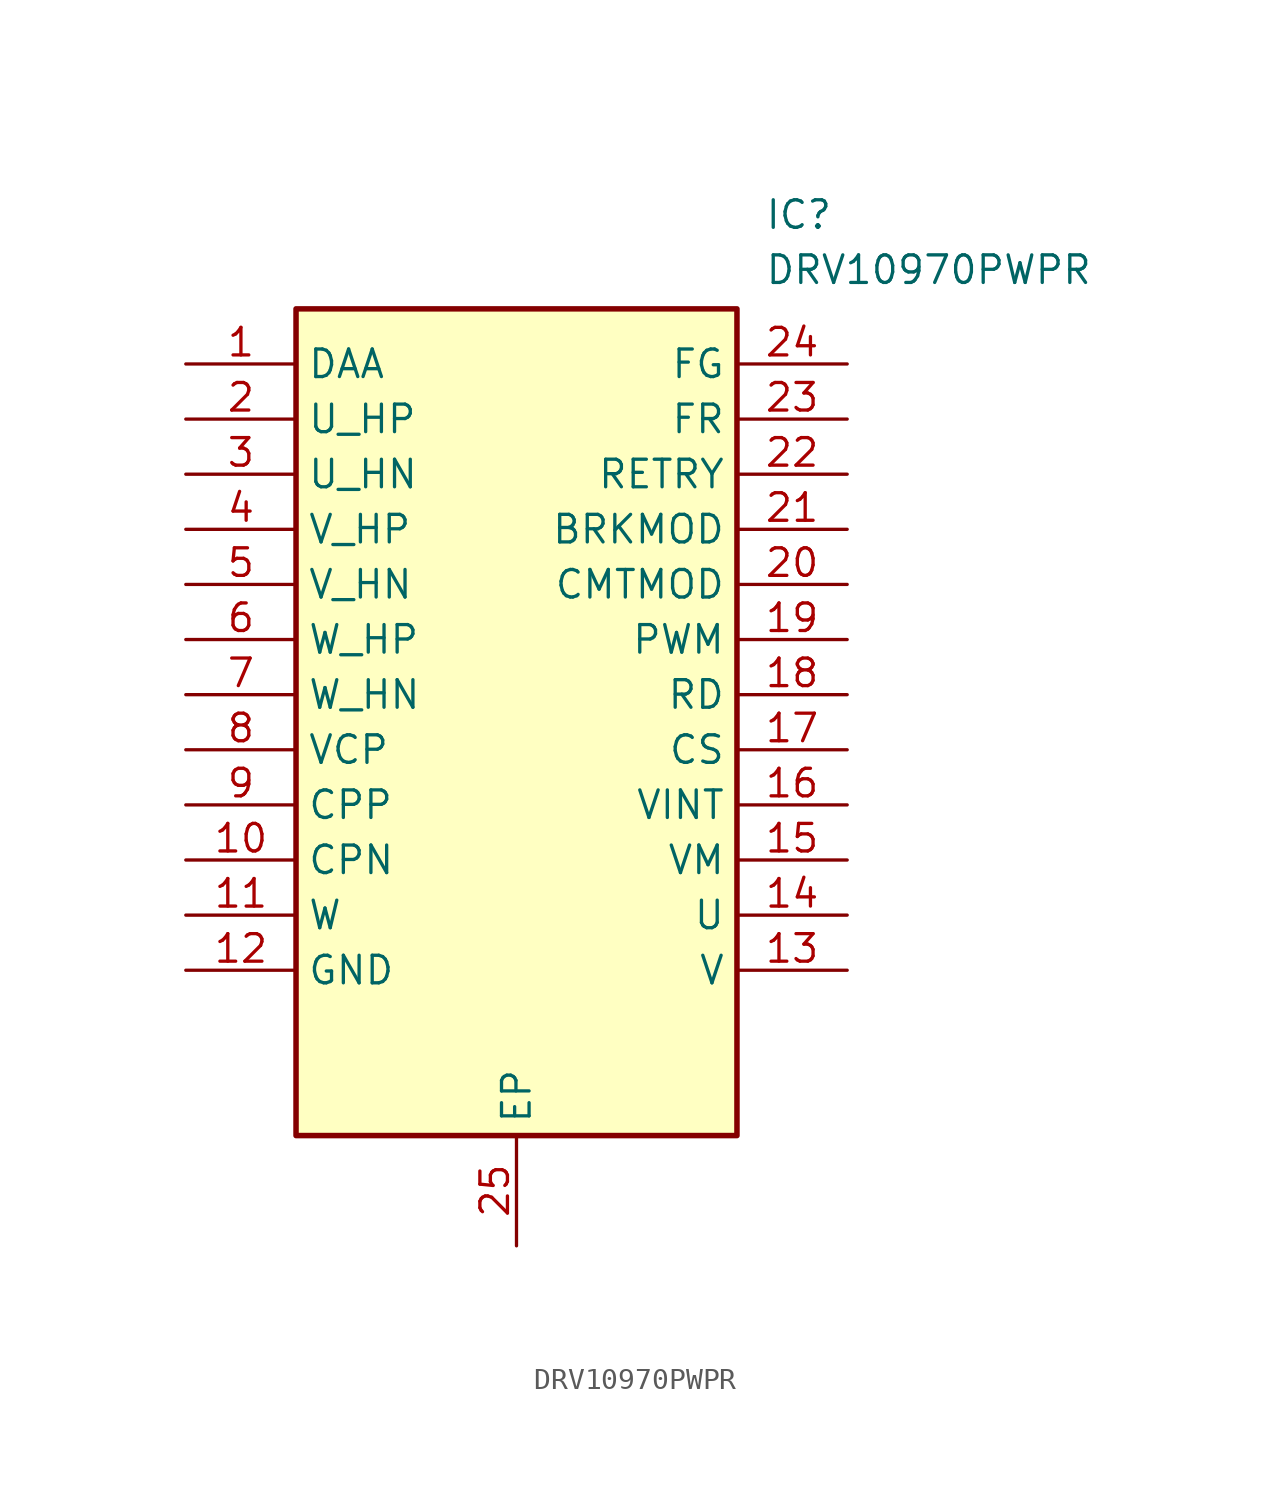
<source format=kicad_sym>
(kicad_symbol_lib
  (version 20211014)
  (generator SamacSys_ECAD_Model)
  (symbol "DRV10970PWPR"
    (property "Reference" "IC"
      (at 26.67 7.62 0)
      (effects (font (size 1.27 1.27)) (justify left top)))
    (property "Value" "DRV10970PWPR"
      (at 26.67 5.08 0)
      (effects (font (size 1.27 1.27)) (justify left top)))
    (rectangle
      (start 5.08 2.54)
      (end 25.4 -35.56)
      (stroke (width 0.254) (type default))
      (fill (type background)))
    (pin passive line
      (at 0 0 0)
      (length 5.08)
      (name "DAA" (effects (font (size 1.27 1.27))))
      (number "1" (effects (font (size 1.27 1.27)))))
    (pin passive line
      (at 0 -2.54 0)
      (length 5.08)
      (name "U_HP" (effects (font (size 1.27 1.27))))
      (number "2" (effects (font (size 1.27 1.27)))))
    (pin passive line
      (at 0 -5.08 0)
      (length 5.08)
      (name "U_HN" (effects (font (size 1.27 1.27))))
      (number "3" (effects (font (size 1.27 1.27)))))
    (pin passive line
      (at 0 -7.62 0)
      (length 5.08)
      (name "V_HP" (effects (font (size 1.27 1.27))))
      (number "4" (effects (font (size 1.27 1.27)))))
    (pin passive line
      (at 0 -10.16 0)
      (length 5.08)
      (name "V_HN" (effects (font (size 1.27 1.27))))
      (number "5" (effects (font (size 1.27 1.27)))))
    (pin passive line
      (at 0 -12.7 0)
      (length 5.08)
      (name "W_HP" (effects (font (size 1.27 1.27))))
      (number "6" (effects (font (size 1.27 1.27)))))
    (pin passive line
      (at 0 -15.24 0)
      (length 5.08)
      (name "W_HN" (effects (font (size 1.27 1.27))))
      (number "7" (effects (font (size 1.27 1.27)))))
    (pin passive line
      (at 0 -17.78 0)
      (length 5.08)
      (name "VCP" (effects (font (size 1.27 1.27))))
      (number "8" (effects (font (size 1.27 1.27)))))
    (pin passive line
      (at 0 -20.32 0)
      (length 5.08)
      (name "CPP" (effects (font (size 1.27 1.27))))
      (number "9" (effects (font (size 1.27 1.27)))))
    (pin passive line
      (at 0 -22.86 0)
      (length 5.08)
      (name "CPN" (effects (font (size 1.27 1.27))))
      (number "10" (effects (font (size 1.27 1.27)))))
    (pin passive line
      (at 0 -25.4 0)
      (length 5.08)
      (name "W" (effects (font (size 1.27 1.27))))
      (number "11" (effects (font (size 1.27 1.27)))))
    (pin passive line
      (at 0 -27.94 0)
      (length 5.08)
      (name "GND" (effects (font (size 1.27 1.27))))
      (number "12" (effects (font (size 1.27 1.27)))))
    (pin passive line
      (at 15.24 -40.64 90)
      (length 5.08)
      (name "EP" (effects (font (size 1.27 1.27))))
      (number "25" (effects (font (size 1.27 1.27)))))
    (pin passive line
      (at 30.48 0 180)
      (length 5.08)
      (name "FG" (effects (font (size 1.27 1.27))))
      (number "24" (effects (font (size 1.27 1.27)))))
    (pin passive line
      (at 30.48 -2.54 180)
      (length 5.08)
      (name "FR" (effects (font (size 1.27 1.27))))
      (number "23" (effects (font (size 1.27 1.27)))))
    (pin passive line
      (at 30.48 -5.08 180)
      (length 5.08)
      (name "RETRY" (effects (font (size 1.27 1.27))))
      (number "22" (effects (font (size 1.27 1.27)))))
    (pin passive line
      (at 30.48 -7.62 180)
      (length 5.08)
      (name "BRKMOD" (effects (font (size 1.27 1.27))))
      (number "21" (effects (font (size 1.27 1.27)))))
    (pin passive line
      (at 30.48 -10.16 180)
      (length 5.08)
      (name "CMTMOD" (effects (font (size 1.27 1.27))))
      (number "20" (effects (font (size 1.27 1.27)))))
    (pin passive line
      (at 30.48 -12.7 180)
      (length 5.08)
      (name "PWM" (effects (font (size 1.27 1.27))))
      (number "19" (effects (font (size 1.27 1.27)))))
    (pin passive line
      (at 30.48 -15.24 180)
      (length 5.08)
      (name "RD" (effects (font (size 1.27 1.27))))
      (number "18" (effects (font (size 1.27 1.27)))))
    (pin passive line
      (at 30.48 -17.78 180)
      (length 5.08)
      (name "CS" (effects (font (size 1.27 1.27))))
      (number "17" (effects (font (size 1.27 1.27)))))
    (pin passive line
      (at 30.48 -20.32 180)
      (length 5.08)
      (name "VINT" (effects (font (size 1.27 1.27))))
      (number "16" (effects (font (size 1.27 1.27)))))
    (pin passive line
      (at 30.48 -22.86 180)
      (length 5.08)
      (name "VM" (effects (font (size 1.27 1.27))))
      (number "15" (effects (font (size 1.27 1.27)))))
    (pin passive line
      (at 30.48 -25.4 180)
      (length 5.08)
      (name "U" (effects (font (size 1.27 1.27))))
      (number "14" (effects (font (size 1.27 1.27)))))
    (pin passive line
      (at 30.48 -27.94 180)
      (length 5.08)
      (name "V" (effects (font (size 1.27 1.27))))
      (number "13" (effects (font (size 1.27 1.27)))))))
</source>
